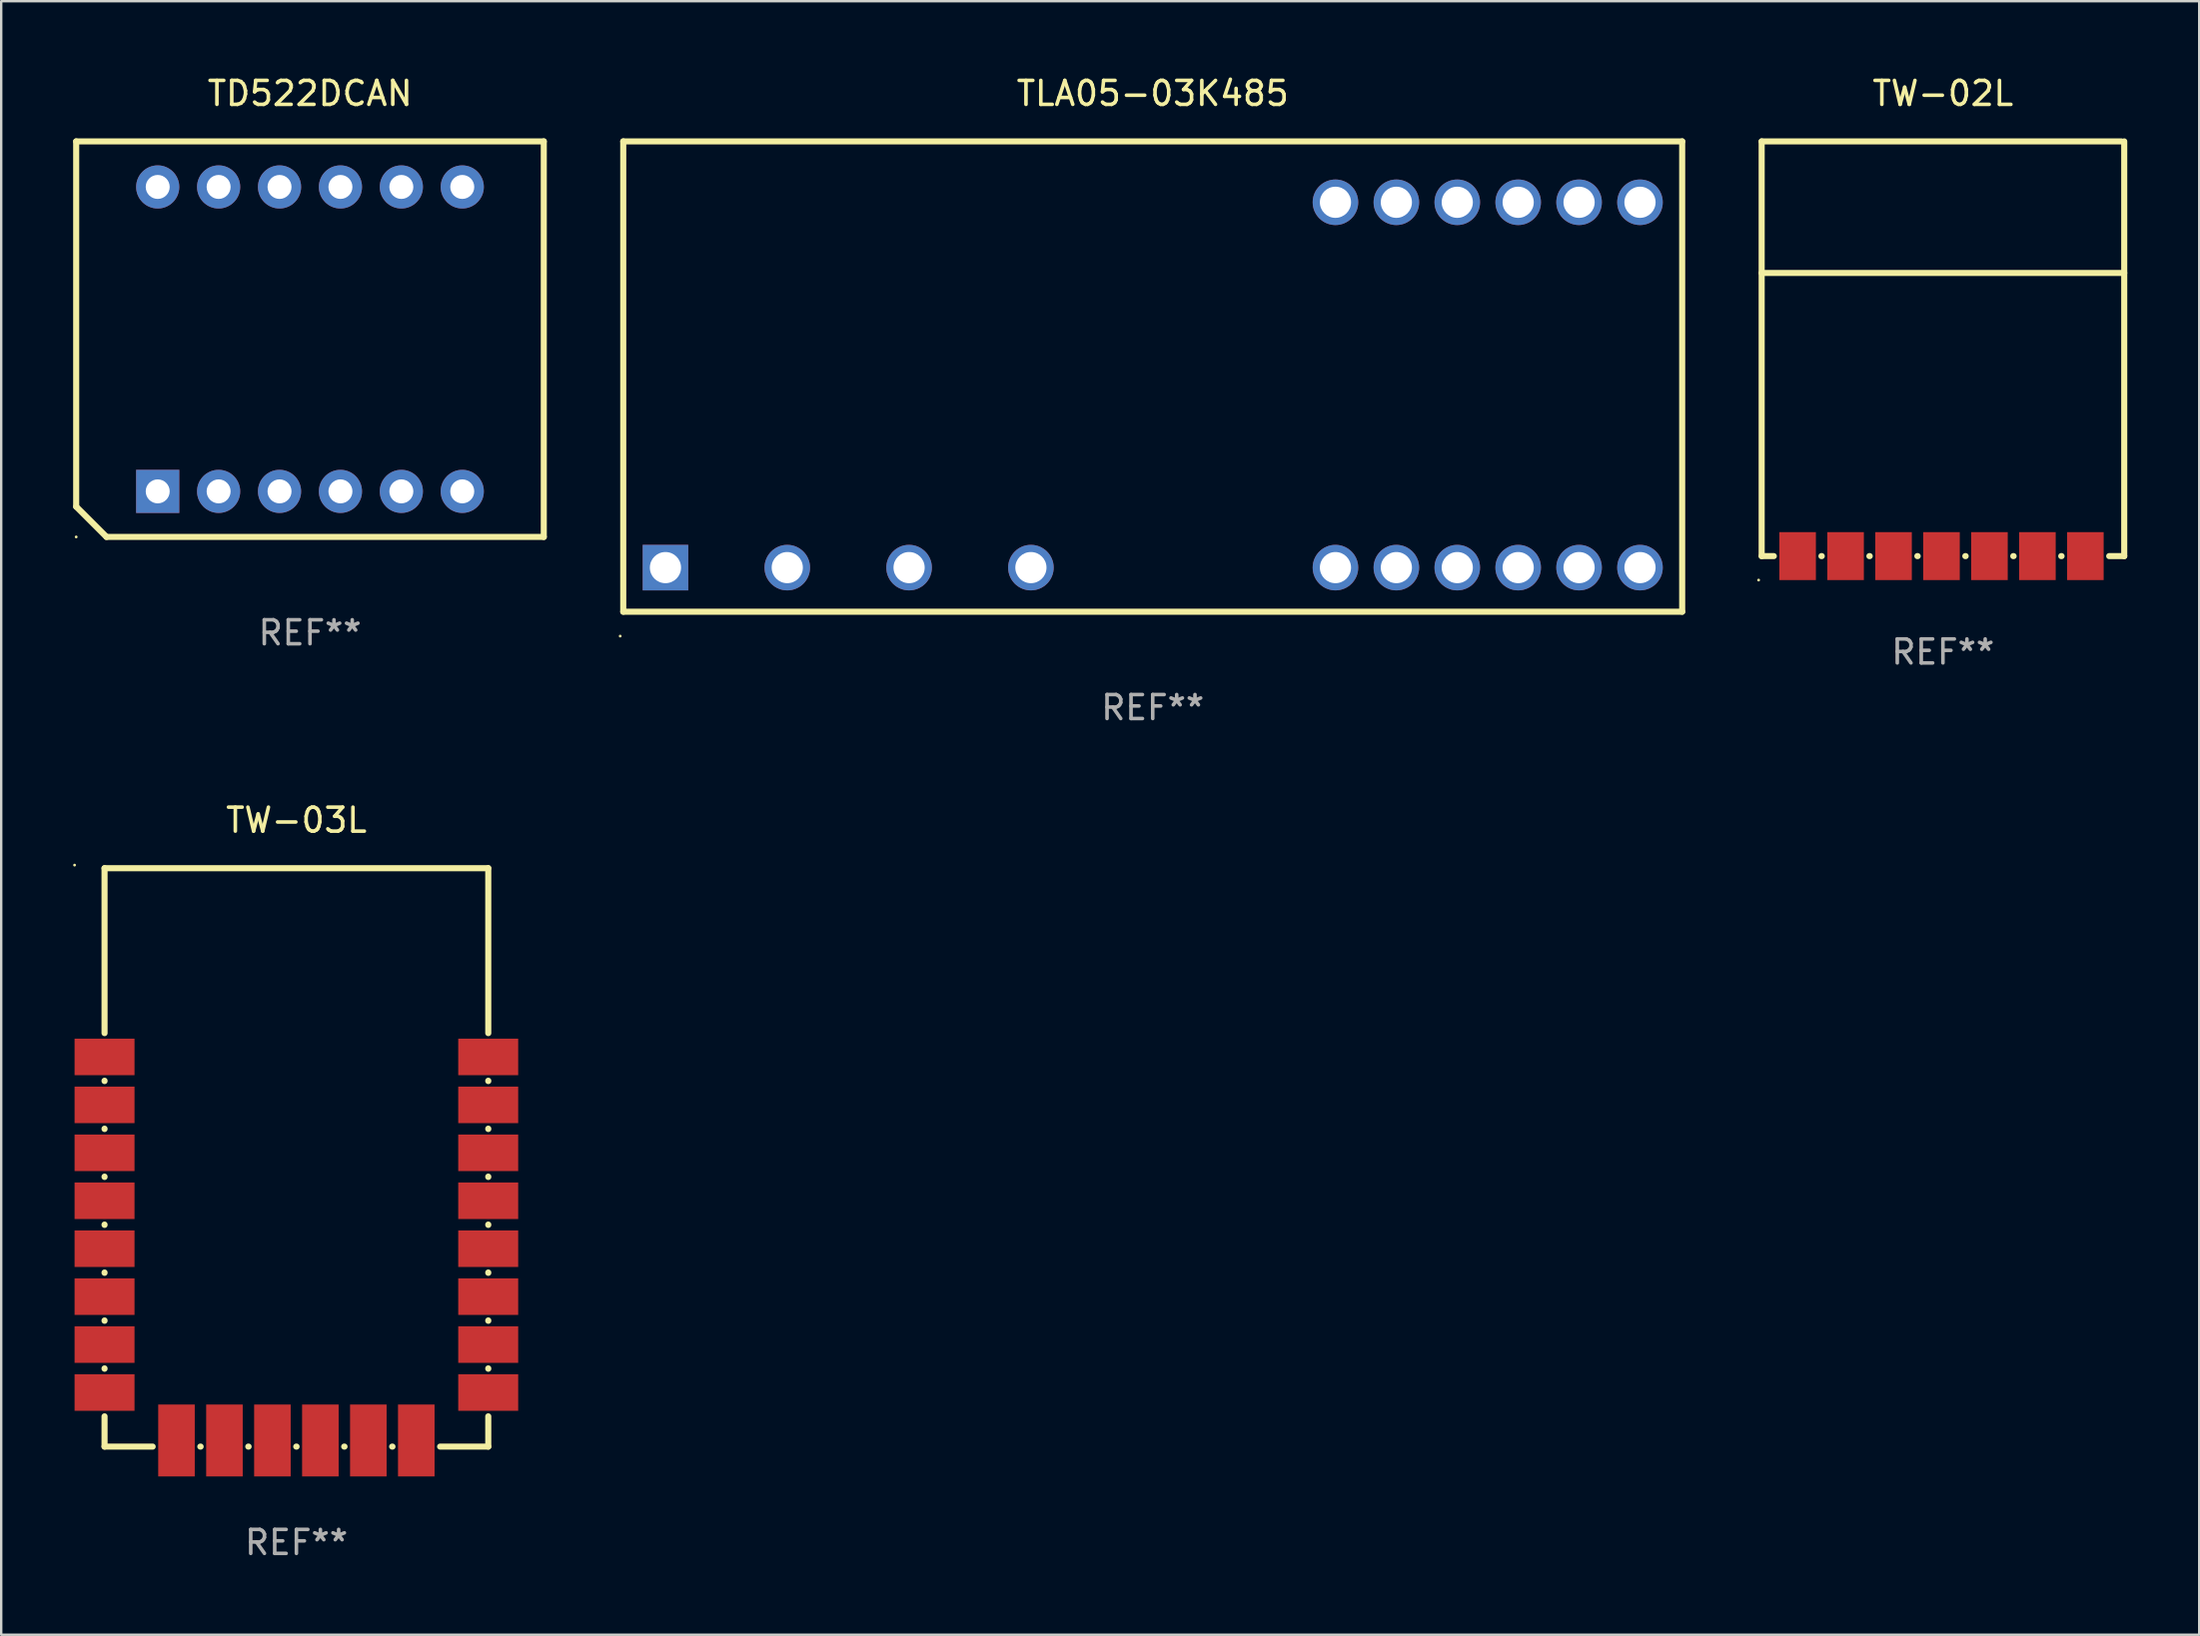
<source format=kicad_pcb>
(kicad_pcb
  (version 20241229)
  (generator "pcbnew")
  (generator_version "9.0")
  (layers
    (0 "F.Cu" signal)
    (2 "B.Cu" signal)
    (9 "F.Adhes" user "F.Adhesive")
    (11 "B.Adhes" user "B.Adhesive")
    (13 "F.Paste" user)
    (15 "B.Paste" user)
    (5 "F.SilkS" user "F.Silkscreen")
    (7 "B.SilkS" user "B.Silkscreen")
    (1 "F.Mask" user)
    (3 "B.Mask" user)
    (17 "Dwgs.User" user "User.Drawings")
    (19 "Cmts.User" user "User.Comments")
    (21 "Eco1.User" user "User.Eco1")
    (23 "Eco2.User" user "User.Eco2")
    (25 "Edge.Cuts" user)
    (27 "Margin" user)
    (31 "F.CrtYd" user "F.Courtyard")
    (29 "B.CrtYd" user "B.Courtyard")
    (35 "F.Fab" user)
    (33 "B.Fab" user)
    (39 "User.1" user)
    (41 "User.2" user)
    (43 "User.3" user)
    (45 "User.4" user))
  (footprint "TLA05-03K485"
    (layer "F.Cu")
    (at 45.021 12.658)
    (property "Reference" "TLA05-03K485" (at 0 -11.81 0) (layer "F.SilkS") (effects (font (size 1 1) (thickness 0.15))))
    (attr through_hole)
    (fp_line (start -22.08 9.81) (end -22.08 -9.81) (stroke (width 0.254) (type solid)) (layer "F.SilkS"))
    (fp_line (start -22.08 -9.81) (end 22.08 -9.81) (stroke (width 0.254) (type solid)) (layer "F.SilkS"))
    (fp_line (start -22.08 9.81) (end 22.08 9.81) (stroke (width 0.254) (type solid)) (layer "F.SilkS"))
    (fp_line (start 22.08 9.81) (end 22.08 -9.81) (stroke (width 0.254) (type solid)) (layer "F.SilkS"))
    (fp_circle (center -22.207 10.827) (end -22.177 10.827) (stroke (width 0.06) (type solid)) (fill no) (layer "F.SilkS"))
    (fp_text user "REF**" (at 0 13.81 0) (layer "F.Fab") (effects (font (size 1 1) (thickness 0.15))))
    (pad "1" thru_hole rect (at -20.32 7.97) (size 1.9 1.9) (drill 1.3) (layers "*.Cu" "*.Mask"))
    (pad "3" thru_hole circle (at -15.24 7.97) (size 1.9 1.9) (drill 1.3) (layers "*.Cu" "*.Mask"))
    (pad "5" thru_hole circle (at -10.16 7.97) (size 1.9 1.9) (drill 1.3) (layers "*.Cu" "*.Mask"))
    (pad "7" thru_hole circle (at -5.08 7.97) (size 1.9 1.9) (drill 1.3) (layers "*.Cu" "*.Mask"))
    (pad "12" thru_hole circle (at 7.62 7.97) (size 1.9 1.9) (drill 1.3) (layers "*.Cu" "*.Mask"))
    (pad "13" thru_hole circle (at 10.16 7.97) (size 1.9 1.9) (drill 1.3) (layers "*.Cu" "*.Mask"))
    (pad "14" thru_hole circle (at 12.7 7.97) (size 1.9 1.9) (drill 1.3) (layers "*.Cu" "*.Mask"))
    (pad "15" thru_hole circle (at 15.24 7.97) (size 1.9 1.9) (drill 1.3) (layers "*.Cu" "*.Mask"))
    (pad "16" thru_hole circle (at 17.78 7.97) (size 1.9 1.9) (drill 1.3) (layers "*.Cu" "*.Mask"))
    (pad "17" thru_hole circle (at 20.32 7.97) (size 1.9 1.9) (drill 1.3) (layers "*.Cu" "*.Mask"))
    (pad "18" thru_hole circle (at 20.32 -7.27) (size 1.9 1.9) (drill 1.3) (layers "*.Cu" "*.Mask"))
    (pad "19" thru_hole circle (at 17.78 -7.27) (size 1.9 1.9) (drill 1.3) (layers "*.Cu" "*.Mask"))
    (pad "20" thru_hole circle (at 15.24 -7.27) (size 1.9 1.9) (drill 1.3) (layers "*.Cu" "*.Mask"))
    (pad "21" thru_hole circle (at 12.7 -7.27) (size 1.9 1.9) (drill 1.3) (layers "*.Cu" "*.Mask"))
    (pad "22" thru_hole circle (at 10.16 -7.27) (size 1.9 1.9) (drill 1.3) (layers "*.Cu" "*.Mask"))
    (pad "23" thru_hole circle (at 7.62 -7.27) (size 1.9 1.9) (drill 1.3) (layers "*.Cu" "*.Mask")))
  (footprint "TW-03L"
    (layer "F.Cu")
    (at 9.311 45.23)
    (property "Reference" "TW-03L" (at 0 -14.065 0) (layer "F.SilkS") (effects (font (size 1 1) (thickness 0.15))))
    (attr through_hole)
    (fp_line (start -8.001 -12.063) (end -8.001 -5.183) (stroke (width 0.254) (type solid)) (layer "F.SilkS"))
    (fp_line (start -8.001 -3.197) (end -8.001 -3.183) (stroke (width 0.254) (type solid)) (layer "F.SilkS"))
    (fp_line (start -8.001 -1.197) (end -8.001 -1.183) (stroke (width 0.254) (type solid)) (layer "F.SilkS"))
    (fp_line (start -8.001 0.803) (end -8.001 0.817) (stroke (width 0.254) (type solid)) (layer "F.SilkS"))
    (fp_line (start -8.001 2.803) (end -8.001 2.817) (stroke (width 0.254) (type solid)) (layer "F.SilkS"))
    (fp_line (start -8.001 4.803) (end -8.001 4.817) (stroke (width 0.254) (type solid)) (layer "F.SilkS"))
    (fp_line (start -8.001 6.803) (end -8.001 6.817) (stroke (width 0.254) (type solid)) (layer "F.SilkS"))
    (fp_line (start -8.001 8.803) (end -8.001 8.817) (stroke (width 0.254) (type solid)) (layer "F.SilkS"))
    (fp_line (start -8.001 10.803) (end -8.001 12.065) (stroke (width 0.254) (type solid)) (layer "F.SilkS"))
    (fp_line (start -8.001 12.065) (end -5.994 12.065) (stroke (width 0.254) (type solid)) (layer "F.SilkS"))
    (fp_line (start -4.007 12.065) (end -3.994 12.065) (stroke (width 0.254) (type solid)) (layer "F.SilkS"))
    (fp_line (start -2.007 12.065) (end -1.994 12.065) (stroke (width 0.254) (type solid)) (layer "F.SilkS"))
    (fp_line (start -0.007 12.065) (end 0.006 12.065) (stroke (width 0.254) (type solid)) (layer "F.SilkS"))
    (fp_line (start 1.993 12.065) (end 2.006 12.065) (stroke (width 0.254) (type solid)) (layer "F.SilkS"))
    (fp_line (start 3.993 12.065) (end 4.006 12.065) (stroke (width 0.254) (type solid)) (layer "F.SilkS"))
    (fp_line (start 5.993 12.065) (end 8.001 12.065) (stroke (width 0.254) (type solid)) (layer "F.SilkS"))
    (fp_line (start 8 -12.063) (end -8.001 -12.063) (stroke (width 0.254) (type solid)) (layer "F.SilkS"))
    (fp_line (start 8.001 -5.183) (end 8.001 -12.065) (stroke (width 0.254) (type solid)) (layer "F.SilkS"))
    (fp_line (start 8.001 -3.183) (end 8.001 -3.197) (stroke (width 0.254) (type solid)) (layer "F.SilkS"))
    (fp_line (start 8.001 -1.183) (end 8.001 -1.197) (stroke (width 0.254) (type solid)) (layer "F.SilkS"))
    (fp_line (start 8.001 0.817) (end 8.001 0.803) (stroke (width 0.254) (type solid)) (layer "F.SilkS"))
    (fp_line (start 8.001 2.817) (end 8.001 2.803) (stroke (width 0.254) (type solid)) (layer "F.SilkS"))
    (fp_line (start 8.001 4.817) (end 8.001 4.803) (stroke (width 0.254) (type solid)) (layer "F.SilkS"))
    (fp_line (start 8.001 6.817) (end 8.001 6.803) (stroke (width 0.254) (type solid)) (layer "F.SilkS"))
    (fp_line (start 8.001 8.817) (end 8.001 8.803) (stroke (width 0.254) (type solid)) (layer "F.SilkS"))
    (fp_line (start 8.001 12.065) (end 8.001 10.803) (stroke (width 0.254) (type solid)) (layer "F.SilkS"))
    (fp_circle (center -9.251 -12.192) (end -9.221 -12.192) (stroke (width 0.06) (type solid)) (fill no) (layer "F.SilkS"))
    (fp_text user "REF**" (at 0 16.065 0) (layer "F.Fab") (effects (font (size 1 1) (thickness 0.15))))
    (pad "1" smd rect (at -8.001 -4.19) (size 2.5 1.524) (layers "F.Cu" "F.Mask" "F.Paste"))
    (pad "2" smd rect (at -8.001 -2.19) (size 2.5 1.524) (layers "F.Cu" "F.Mask" "F.Paste"))
    (pad "3" smd rect (at -8.001 -0.19) (size 2.5 1.524) (layers "F.Cu" "F.Mask" "F.Paste"))
    (pad "4" smd rect (at -8.001 1.81) (size 2.5 1.524) (layers "F.Cu" "F.Mask" "F.Paste"))
    (pad "5" smd rect (at -8.001 3.81) (size 2.5 1.524) (layers "F.Cu" "F.Mask" "F.Paste"))
    (pad "6" smd rect (at -8.001 5.81) (size 2.5 1.524) (layers "F.Cu" "F.Mask" "F.Paste"))
    (pad "7" smd rect (at -8.001 7.81) (size 2.5 1.524) (layers "F.Cu" "F.Mask" "F.Paste"))
    (pad "8" smd rect (at -8.001 9.81) (size 2.5 1.524) (layers "F.Cu" "F.Mask" "F.Paste"))
    (pad "9" smd rect (at -5.001 11.81 90) (size 3 1.524) (layers "F.Cu" "F.Mask" "F.Paste"))
    (pad "10" smd rect (at -3.001 11.81 90) (size 3 1.524) (layers "F.Cu" "F.Mask" "F.Paste"))
    (pad "11" smd rect (at -1.001 11.81 90) (size 3 1.524) (layers "F.Cu" "F.Mask" "F.Paste"))
    (pad "12" smd rect (at 0.999 11.81 90) (size 3 1.524) (layers "F.Cu" "F.Mask" "F.Paste"))
    (pad "13" smd rect (at 2.999 11.81 90) (size 3 1.524) (layers "F.Cu" "F.Mask" "F.Paste"))
    (pad "14" smd rect (at 4.999 11.81 90) (size 3 1.524) (layers "F.Cu" "F.Mask" "F.Paste"))
    (pad "15" smd rect (at 7.999 9.81 180) (size 2.5 1.524) (layers "F.Cu" "F.Mask" "F.Paste"))
    (pad "16" smd rect (at 7.999 7.81 180) (size 2.5 1.524) (layers "F.Cu" "F.Mask" "F.Paste"))
    (pad "17" smd rect (at 7.999 5.81 180) (size 2.5 1.524) (layers "F.Cu" "F.Mask" "F.Paste"))
    (pad "18" smd rect (at 7.999 3.81 180) (size 2.5 1.524) (layers "F.Cu" "F.Mask" "F.Paste"))
    (pad "19" smd rect (at 7.999 1.81 180) (size 2.5 1.524) (layers "F.Cu" "F.Mask" "F.Paste"))
    (pad "20" smd rect (at 7.999 -0.19 180) (size 2.5 1.524) (layers "F.Cu" "F.Mask" "F.Paste"))
    (pad "21" smd rect (at 7.999 -2.19 180) (size 2.5 1.524) (layers "F.Cu" "F.Mask" "F.Paste"))
    (pad "22" smd rect (at 7.999 -4.19 180) (size 2.5 1.524) (layers "F.Cu" "F.Mask" "F.Paste")))
  (footprint "TD522DCAN"
    (layer "F.Cu")
    (at 9.877 11.098)
    (property "Reference" "TD522DCAN" (at 0 -10.25 0) (layer "F.SilkS") (effects (font (size 1 1) (thickness 0.15))))
    (attr through_hole)
    (fp_line (start -9.75 -8.25) (end 9.75 -8.25) (stroke (width 0.254) (type solid)) (layer "F.SilkS"))
    (fp_line (start -9.75 6.985) (end -9.75 -8.25) (stroke (width 0.254) (type solid)) (layer "F.SilkS"))
    (fp_line (start -8.485 8.25) (end -9.75 6.985) (stroke (width 0.254) (type solid)) (layer "F.SilkS"))
    (fp_line (start 9.75 8.25) (end -8.485 8.25) (stroke (width 0.254) (type solid)) (layer "F.SilkS"))
    (fp_line (start 9.75 8.25) (end 9.75 -8.25) (stroke (width 0.254) (type solid)) (layer "F.SilkS"))
    (fp_circle (center -9.75 8.25) (end -9.72 8.25) (stroke (width 0.06) (type solid)) (fill no) (layer "F.SilkS"))
    (fp_text user "REF**" (at 0 12.25 0) (layer "F.Fab") (effects (font (size 1 1) (thickness 0.15))))
    (pad "1" thru_hole rect (at -6.35 6.35) (size 1.8 1.8) (drill 1) (layers "*.Cu" "*.Mask"))
    (pad "2" thru_hole circle (at -3.81 6.35) (size 1.8 1.8) (drill 1) (layers "*.Cu" "*.Mask"))
    (pad "3" thru_hole circle (at -1.27 6.35) (size 1.8 1.8) (drill 1) (layers "*.Cu" "*.Mask"))
    (pad "4" thru_hole circle (at 1.27 6.35) (size 1.8 1.8) (drill 1) (layers "*.Cu" "*.Mask"))
    (pad "5" thru_hole circle (at 3.81 6.35) (size 1.8 1.8) (drill 1) (layers "*.Cu" "*.Mask"))
    (pad "6" thru_hole circle (at 6.35 6.35) (size 1.8 1.8) (drill 1) (layers "*.Cu" "*.Mask"))
    (pad "7" thru_hole circle (at 6.35 -6.35) (size 1.8 1.8) (drill 1) (layers "*.Cu" "*.Mask"))
    (pad "8" thru_hole circle (at 3.81 -6.35) (size 1.8 1.8) (drill 1) (layers "*.Cu" "*.Mask"))
    (pad "9" thru_hole circle (at 1.27 -6.35) (size 1.8 1.8) (drill 1) (layers "*.Cu" "*.Mask"))
    (pad "10" thru_hole circle (at -1.27 -6.35) (size 1.8 1.8) (drill 1) (layers "*.Cu" "*.Mask"))
    (pad "11" thru_hole circle (at -3.81 -6.35) (size 1.8 1.8) (drill 1) (layers "*.Cu" "*.Mask"))
    (pad "12" thru_hole circle (at -6.35 -6.35) (size 1.8 1.8) (drill 1) (layers "*.Cu" "*.Mask")))
  (footprint "TW-02L"
    (layer "F.Cu")
    (at 77.975 11.498)
    (property "Reference" "TW-02L" (at 0 -10.65 0) (layer "F.SilkS") (effects (font (size 1 1) (thickness 0.15))))
    (attr through_hole)
    (fp_line (start -7.56 -8.65) (end -7.56 8.65) (stroke (width 0.254) (type solid)) (layer "F.SilkS"))
    (fp_line (start -7.56 -3.161) (end 7.56 -3.161) (stroke (width 0.254) (type solid)) (layer "F.SilkS"))
    (fp_line (start -7.56 8.65) (end -7.053 8.65) (stroke (width 0.254) (type solid)) (layer "F.SilkS"))
    (fp_line (start -5.067 8.65) (end -5.053 8.65) (stroke (width 0.254) (type solid)) (layer "F.SilkS"))
    (fp_line (start -3.067 8.65) (end -3.053 8.65) (stroke (width 0.254) (type solid)) (layer "F.SilkS"))
    (fp_line (start -1.067 8.65) (end -1.053 8.65) (stroke (width 0.254) (type solid)) (layer "F.SilkS"))
    (fp_line (start 0.933 8.65) (end 0.947 8.65) (stroke (width 0.254) (type solid)) (layer "F.SilkS"))
    (fp_line (start 2.933 8.65) (end 2.947 8.65) (stroke (width 0.254) (type solid)) (layer "F.SilkS"))
    (fp_line (start 4.933 8.65) (end 4.947 8.65) (stroke (width 0.254) (type solid)) (layer "F.SilkS"))
    (fp_line (start 6.933 8.65) (end 7.56 8.65) (stroke (width 0.254) (type solid)) (layer "F.SilkS"))
    (fp_line (start 7.44 -8.65) (end -7.56 -8.65) (stroke (width 0.254) (type solid)) (layer "F.SilkS"))
    (fp_line (start 7.56 8.65) (end 7.56 -8.65) (stroke (width 0.254) (type solid)) (layer "F.SilkS"))
    (fp_circle (center -7.687 9.65) (end -7.657 9.65) (stroke (width 0.06) (type solid)) (fill no) (layer "F.SilkS"))
    (fp_text user "REF**" (at 0 12.65 0) (layer "F.Fab") (effects (font (size 1 1) (thickness 0.15))))
    (pad "1" smd rect (at -6.06 8.65) (size 1.524 2) (layers "F.Cu" "F.Mask" "F.Paste"))
    (pad "2" smd rect (at -4.06 8.65) (size 1.524 2) (layers "F.Cu" "F.Mask" "F.Paste"))
    (pad "3" smd rect (at -2.06 8.65) (size 1.524 2) (layers "F.Cu" "F.Mask" "F.Paste"))
    (pad "4" smd rect (at -0.06 8.65) (size 1.524 2) (layers "F.Cu" "F.Mask" "F.Paste"))
    (pad "5" smd rect (at 1.94 8.65) (size 1.524 2) (layers "F.Cu" "F.Mask" "F.Paste"))
    (pad "6" smd rect (at 3.94 8.65) (size 1.524 2) (layers "F.Cu" "F.Mask" "F.Paste"))
    (pad "7" smd rect (at 5.94 8.65) (size 1.524 2) (layers "F.Cu" "F.Mask" "F.Paste")))
  (gr_rect
    (start -3 -3)
    (end 88.662 65.143)
    (stroke (width 0.1) (type default))
    (fill no)
    (layer "Edge.Cuts")))
</source>
